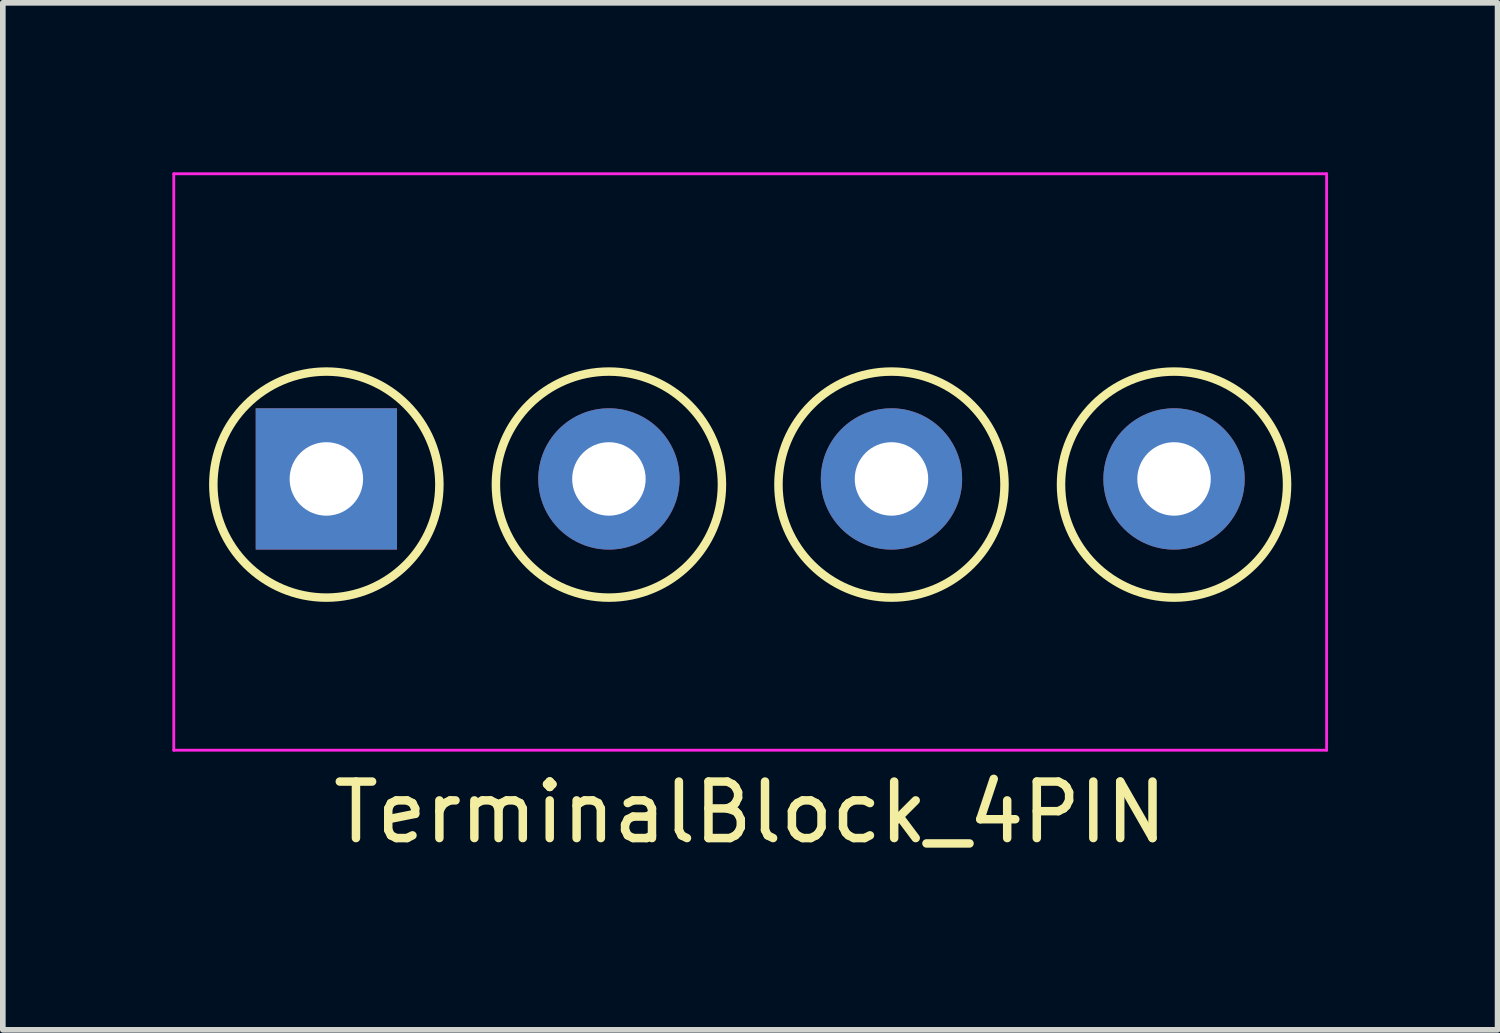
<source format=kicad_pcb>
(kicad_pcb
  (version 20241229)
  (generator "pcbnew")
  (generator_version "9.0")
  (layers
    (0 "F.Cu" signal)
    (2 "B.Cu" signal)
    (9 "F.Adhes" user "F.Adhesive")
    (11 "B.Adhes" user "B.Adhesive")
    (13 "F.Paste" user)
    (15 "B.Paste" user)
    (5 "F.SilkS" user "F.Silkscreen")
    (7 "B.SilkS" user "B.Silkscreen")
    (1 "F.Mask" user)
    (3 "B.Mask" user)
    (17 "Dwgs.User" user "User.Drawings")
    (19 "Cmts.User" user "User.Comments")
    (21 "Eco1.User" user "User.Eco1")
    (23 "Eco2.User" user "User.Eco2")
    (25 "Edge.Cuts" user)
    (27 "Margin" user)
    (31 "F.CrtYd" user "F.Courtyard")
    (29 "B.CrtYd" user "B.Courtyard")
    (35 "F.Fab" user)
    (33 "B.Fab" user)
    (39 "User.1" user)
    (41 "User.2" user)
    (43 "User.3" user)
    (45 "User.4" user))
  (footprint "TerminalBlock_4PIN"
    (layer "F.Cu")
    (at 2.725 5.425)
    (property "Reference" "TerminalBlock_4PIN" (at 7.5 5.9 0) (layer "F.SilkS") (effects (font (size 1 1) (thickness 0.15))))
    (attr through_hole)
    (fp_circle (center 0 0.1) (end 2 0.1) (stroke (width 0.15) (type solid)) (fill no) (layer "F.SilkS"))
    (fp_circle (center 5 0.1) (end 3 0.1) (stroke (width 0.15) (type solid)) (fill no) (layer "F.SilkS"))
    (fp_circle (center 10 0.1) (end 8 0.1) (stroke (width 0.15) (type solid)) (fill no) (layer "F.SilkS"))
    (fp_circle (center 15 0.1) (end 13 0.1) (stroke (width 0.15) (type solid)) (fill no) (layer "F.SilkS"))
    (fp_line (start -2.7 -5.4) (end 17.7 -5.4) (stroke (width 0.05) (type solid)) (layer "F.CrtYd"))
    (fp_line (start -2.7 4.8) (end -2.7 -5.4) (stroke (width 0.05) (type solid)) (layer "F.CrtYd"))
    (fp_line (start 17.7 -5.4) (end 17.7 4.8) (stroke (width 0.05) (type solid)) (layer "F.CrtYd"))
    (fp_line (start 17.7 4.8) (end -2.7 4.8) (stroke (width 0.05) (type solid)) (layer "F.CrtYd"))
    (pad "1" thru_hole rect (at 0 0) (size 2.5 2.5) (drill 1.3) (layers "*.Cu" "*.Mask"))
    (pad "2" thru_hole circle (at 5 0) (size 2.5 2.5) (drill 1.3) (layers "*.Cu" "*.Mask"))
    (pad "3" thru_hole circle (at 10 0) (size 2.5 2.5) (drill 1.3) (layers "*.Cu" "*.Mask"))
    (pad "4" thru_hole circle (at 15 0) (size 2.5 2.5) (drill 1.3) (layers "*.Cu" "*.Mask")))
  (gr_rect
    (start -3 -3)
    (end 23.45 15.173)
    (stroke (width 0.1) (type default))
    (fill no)
    (layer "Edge.Cuts")))
</source>
